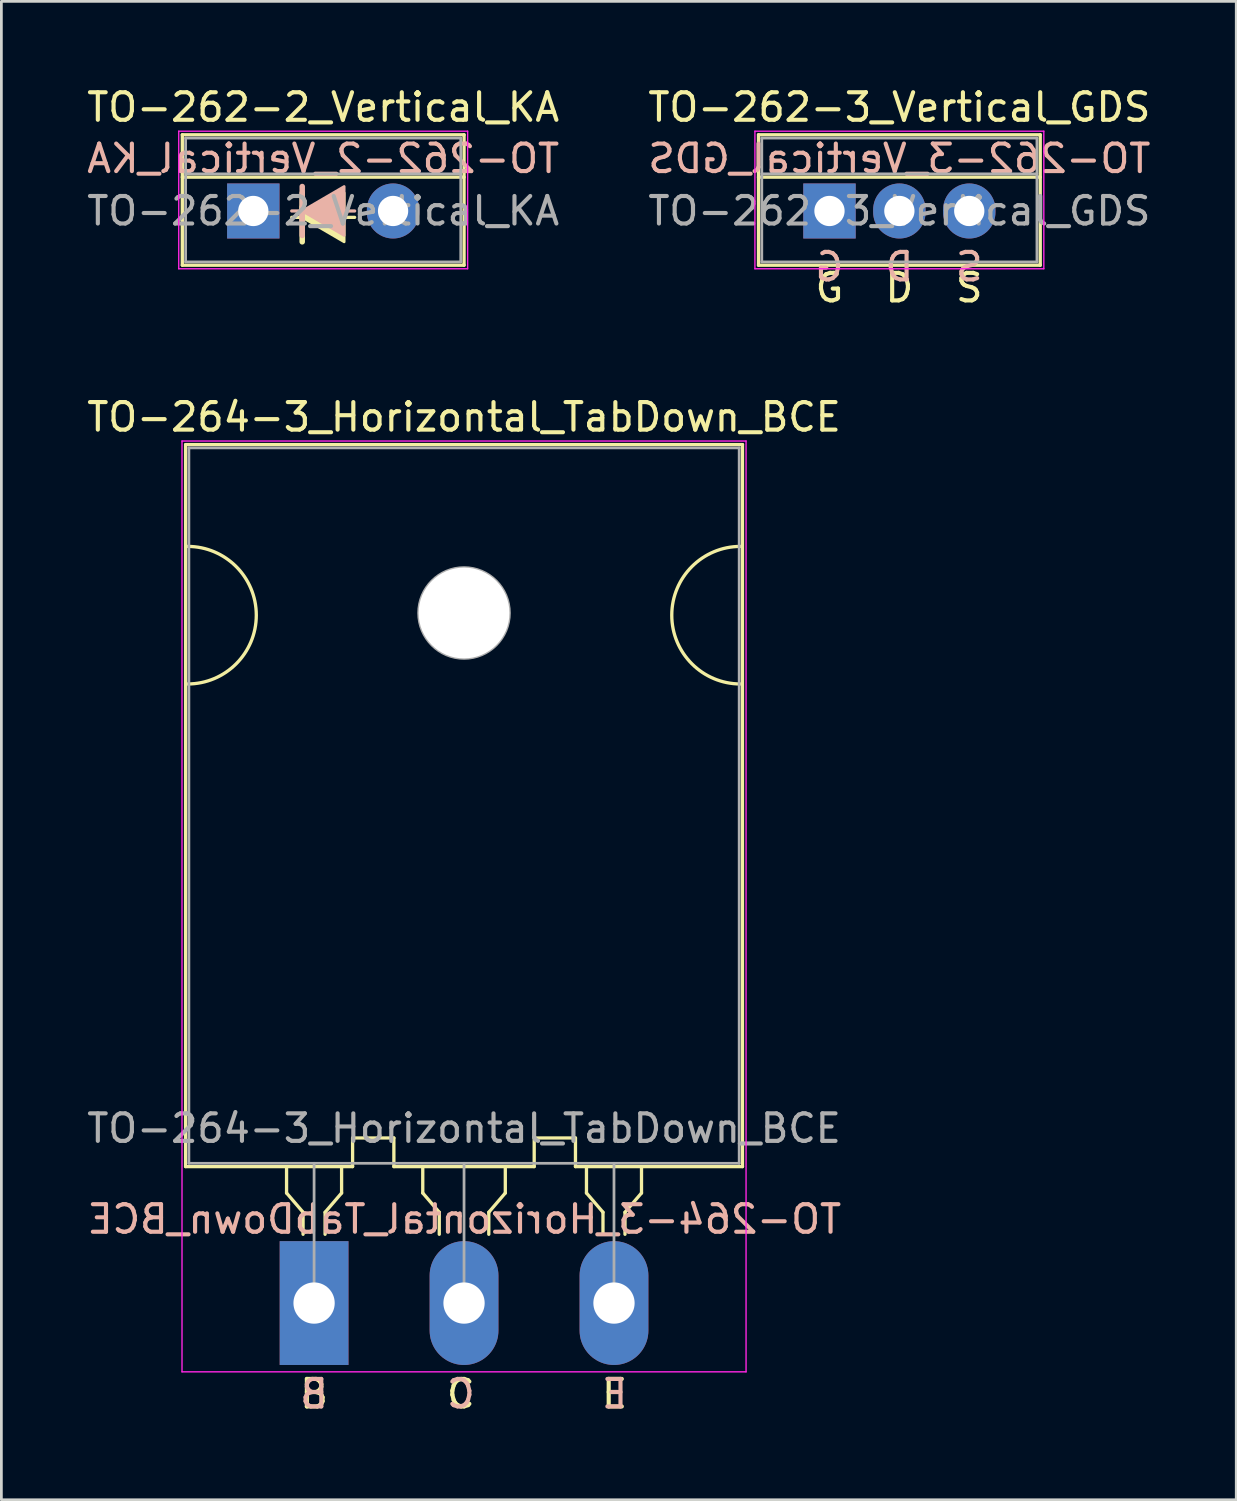
<source format=kicad_pcb>
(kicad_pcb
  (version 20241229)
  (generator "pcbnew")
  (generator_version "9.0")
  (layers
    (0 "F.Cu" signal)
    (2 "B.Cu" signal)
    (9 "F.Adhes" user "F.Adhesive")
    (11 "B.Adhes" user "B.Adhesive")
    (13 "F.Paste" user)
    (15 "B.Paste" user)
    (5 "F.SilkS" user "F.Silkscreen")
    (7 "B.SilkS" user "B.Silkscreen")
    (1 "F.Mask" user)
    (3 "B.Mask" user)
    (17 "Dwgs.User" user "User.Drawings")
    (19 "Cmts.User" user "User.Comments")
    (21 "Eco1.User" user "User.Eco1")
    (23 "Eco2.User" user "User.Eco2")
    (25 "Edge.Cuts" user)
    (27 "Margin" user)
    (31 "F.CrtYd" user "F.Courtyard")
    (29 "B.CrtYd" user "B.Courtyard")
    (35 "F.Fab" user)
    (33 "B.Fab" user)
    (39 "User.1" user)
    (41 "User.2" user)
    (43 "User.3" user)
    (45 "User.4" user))
  (footprint "TO-262-2_Vertical_KA"
    (layer "F.Cu")
    (at 6.156 4.618)
    (property "Reference" "TO-262-2_Vertical_KA" (at 2.54 -3.77 0) (layer "F.SilkS") (effects (font (size 1 1) (thickness 0.15))))
    (fp_line (start -2.58 -2.77) (end -2.58 1.971) (stroke (width 0.12) (type solid)) (layer "F.SilkS"))
    (fp_line (start -2.58 -2.77) (end 7.66 -2.77) (stroke (width 0.12) (type solid)) (layer "F.SilkS"))
    (fp_line (start -2.58 -1.23) (end 7.66 -1.23) (stroke (width 0.12) (type solid)) (layer "F.SilkS"))
    (fp_line (start -2.58 1.971) (end 7.66 1.971) (stroke (width 0.12) (type solid)) (layer "F.SilkS"))
    (fp_line (start 1.397 0.232) (end 1.778 0.232) (stroke (width 0.12) (type solid)) (layer "F.SilkS"))
    (fp_line (start 1.778 -0.657) (end 1.778 0.232) (stroke (width 0.2) (type solid)) (layer "F.SilkS"))
    (fp_line (start 1.778 -0.149) (end 1.778 1.121) (stroke (width 0.2) (type solid)) (layer "F.SilkS"))
    (fp_line (start 3.683 0.232) (end 3.302 0.232) (stroke (width 0.12) (type solid)) (layer "F.SilkS"))
    (fp_line (start 7.66 -2.77) (end 7.66 1.971) (stroke (width 0.12) (type solid)) (layer "F.SilkS"))
    (fp_poly (pts (xy 3.302 1.121) (xy 1.778 0.232) (xy 3.302 -0.657)) (stroke (width 0.1) (type solid)) (fill yes) (layer "F.SilkS"))
    (fp_line (start 1.397 0) (end 1.778 0) (stroke (width 0.12) (type solid)) (layer "B.SilkS"))
    (fp_line (start 1.778 0.381) (end 1.778 -0.889) (stroke (width 0.2) (type solid)) (layer "B.SilkS"))
    (fp_line (start 1.778 0.889) (end 1.778 0) (stroke (width 0.2) (type solid)) (layer "B.SilkS"))
    (fp_line (start 3.683 0) (end 3.302 0) (stroke (width 0.12) (type solid)) (layer "B.SilkS"))
    (fp_poly (pts (xy 3.302 -0.889) (xy 1.778 0) (xy 3.302 0.889)) (stroke (width 0.1) (type solid)) (fill yes) (layer "B.SilkS"))
    (fp_line (start -2.71 -2.9) (end -2.71 2.1) (stroke (width 0.05) (type solid)) (layer "F.CrtYd"))
    (fp_line (start -2.71 2.1) (end 7.79 2.1) (stroke (width 0.05) (type solid)) (layer "F.CrtYd"))
    (fp_line (start 7.79 -2.9) (end -2.71 -2.9) (stroke (width 0.05) (type solid)) (layer "F.CrtYd"))
    (fp_line (start 7.79 2.1) (end 7.79 -2.9) (stroke (width 0.05) (type solid)) (layer "F.CrtYd"))
    (fp_line (start -2.46 -2.65) (end -2.46 1.85) (stroke (width 0.1) (type solid)) (layer "F.Fab"))
    (fp_line (start -2.46 -1.35) (end 7.54 -1.35) (stroke (width 0.1) (type solid)) (layer "F.Fab"))
    (fp_line (start -2.46 1.85) (end 7.54 1.85) (stroke (width 0.1) (type solid)) (layer "F.Fab"))
    (fp_line (start 7.54 -2.65) (end -2.46 -2.65) (stroke (width 0.1) (type solid)) (layer "F.Fab"))
    (fp_line (start 7.54 1.85) (end 7.54 -2.65) (stroke (width 0.1) (type solid)) (layer "F.Fab"))
    (fp_text user "${REFERENCE}" (at 2.54 -1.905 0) (layer "B.SilkS") (effects (font (size 1 1) (thickness 0.15)) (justify mirror)))
    (fp_text user "${REFERENCE}" (at 2.54 0 0) (layer "F.Fab") (effects (font (size 1 1) (thickness 0.15))))
    (pad "1" thru_hole rect (at 0 0) (size 1.905 2) (drill 1.1) (layers "*.Cu" "*.Mask"))
    (pad "3" thru_hole oval (at 5.08 0) (size 1.905 2) (drill 1.1) (layers "*.Cu" "*.Mask")))
  (footprint "TO-264-3_Horizontal_TabDown_BCE"
    (layer "F.Cu")
    (at 8.365 44.309)
    (property "Reference" "TO-264-3_Horizontal_TabDown_BCE" (at 5.45 -32.2 0) (layer "F.SilkS") (effects (font (size 1 1) (thickness 0.15))))
    (fp_line (start -4.67 -31.2) (end -4.67 -4.96) (stroke (width 0.12) (type solid)) (layer "F.SilkS"))
    (fp_line (start -4.67 -31.2) (end 15.57 -31.2) (stroke (width 0.12) (type solid)) (layer "F.SilkS"))
    (fp_line (start -4.67 -4.96) (end 1.4 -4.96) (stroke (width 0.12) (type solid)) (layer "F.SilkS"))
    (fp_line (start -1 -4.9) (end -1 -4) (stroke (width 0.12) (type solid)) (layer "F.SilkS"))
    (fp_line (start -1 -4) (end -0.4 -3.3) (stroke (width 0.12) (type solid)) (layer "F.SilkS"))
    (fp_line (start -0.4 -3.3) (end -0.4 -2.5) (stroke (width 0.12) (type solid)) (layer "F.SilkS"))
    (fp_line (start 0.4 -3.3) (end 1 -4) (stroke (width 0.12) (type solid)) (layer "F.SilkS"))
    (fp_line (start 0.4 -2.5) (end 0.4 -3.3) (stroke (width 0.12) (type solid)) (layer "F.SilkS"))
    (fp_line (start 1 -4) (end 1 -4.9) (stroke (width 0.12) (type solid)) (layer "F.SilkS"))
    (fp_line (start 1.4 -6) (end 2.9 -6) (stroke (width 0.12) (type solid)) (layer "F.SilkS"))
    (fp_line (start 1.4 -4.96) (end 1.4 -6) (stroke (width 0.12) (type solid)) (layer "F.SilkS"))
    (fp_line (start 2.9 -6) (end 2.9 -4.96) (stroke (width 0.12) (type solid)) (layer "F.SilkS"))
    (fp_line (start 2.9 -4.96) (end 8 -4.96) (stroke (width 0.12) (type solid)) (layer "F.SilkS"))
    (fp_line (start 3.95 -4.9) (end 3.95 -4) (stroke (width 0.12) (type solid)) (layer "F.SilkS"))
    (fp_line (start 3.95 -4) (end 4.55 -3.3) (stroke (width 0.12) (type solid)) (layer "F.SilkS"))
    (fp_line (start 4.55 -3.3) (end 4.55 -2.5) (stroke (width 0.12) (type solid)) (layer "F.SilkS"))
    (fp_line (start 6.35 -3.3) (end 6.95 -4) (stroke (width 0.12) (type solid)) (layer "F.SilkS"))
    (fp_line (start 6.35 -2.5) (end 6.35 -3.3) (stroke (width 0.12) (type solid)) (layer "F.SilkS"))
    (fp_line (start 6.95 -4) (end 6.95 -4.9) (stroke (width 0.12) (type solid)) (layer "F.SilkS"))
    (fp_line (start 8 -6) (end 8 -4.96) (stroke (width 0.12) (type solid)) (layer "F.SilkS"))
    (fp_line (start 9.5 -6) (end 8 -6) (stroke (width 0.12) (type solid)) (layer "F.SilkS"))
    (fp_line (start 9.5 -4.96) (end 9.5 -6) (stroke (width 0.12) (type solid)) (layer "F.SilkS"))
    (fp_line (start 9.5 -4.96) (end 15.57 -4.96) (stroke (width 0.12) (type solid)) (layer "F.SilkS"))
    (fp_line (start 9.9 -4.9) (end 9.9 -4) (stroke (width 0.12) (type solid)) (layer "F.SilkS"))
    (fp_line (start 9.9 -4) (end 10.5 -3.3) (stroke (width 0.12) (type solid)) (layer "F.SilkS"))
    (fp_line (start 10.5 -3.3) (end 10.5 -2.5) (stroke (width 0.12) (type solid)) (layer "F.SilkS"))
    (fp_line (start 11.3 -3.3) (end 11.9 -4) (stroke (width 0.12) (type solid)) (layer "F.SilkS"))
    (fp_line (start 11.3 -2.5) (end 11.3 -3.3) (stroke (width 0.12) (type solid)) (layer "F.SilkS"))
    (fp_line (start 11.9 -4) (end 11.9 -4.9) (stroke (width 0.12) (type solid)) (layer "F.SilkS"))
    (fp_line (start 15.57 -31.2) (end 15.57 -4.96) (stroke (width 0.12) (type solid)) (layer "F.SilkS"))
    (fp_arc (start -4.6 -27.5) (mid -2.1 -25) (end -4.6 -22.5) (stroke (width 0.12) (type solid)) (layer "F.SilkS"))
    (fp_arc (start 15.5 -22.5) (mid 13 -25) (end 15.5 -27.5) (stroke (width 0.12) (type solid)) (layer "F.SilkS"))
    (fp_line (start -4.8 -31.33) (end -4.8 2.5) (stroke (width 0.05) (type solid)) (layer "F.CrtYd"))
    (fp_line (start -4.8 2.5) (end 15.7 2.5) (stroke (width 0.05) (type solid)) (layer "F.CrtYd"))
    (fp_line (start 15.7 -31.33) (end -4.8 -31.33) (stroke (width 0.05) (type solid)) (layer "F.CrtYd"))
    (fp_line (start 15.7 2.5) (end 15.7 -31.33) (stroke (width 0.05) (type solid)) (layer "F.CrtYd"))
    (fp_line (start -4.55 -31.08) (end 15.45 -31.08) (stroke (width 0.1) (type solid)) (layer "F.Fab"))
    (fp_line (start -4.55 -5.08) (end -4.55 -31.08) (stroke (width 0.1) (type solid)) (layer "F.Fab"))
    (fp_line (start 0 -5.08) (end 0 0) (stroke (width 0.1) (type solid)) (layer "F.Fab"))
    (fp_line (start 5.45 -5.08) (end 5.45 0) (stroke (width 0.1) (type solid)) (layer "F.Fab"))
    (fp_line (start 10.9 -5.08) (end 10.9 0) (stroke (width 0.1) (type solid)) (layer "F.Fab"))
    (fp_line (start 15.45 -31.08) (end 15.45 -5.08) (stroke (width 0.1) (type solid)) (layer "F.Fab"))
    (fp_line (start 15.45 -5.08) (end -4.55 -5.08) (stroke (width 0.1) (type solid)) (layer "F.Fab"))
    (fp_circle (center 5.45 -25.08) (end 7.1 -25.08) (stroke (width 0.1) (type solid)) (fill no) (layer "F.Fab"))
    (fp_text user "B" (at 0 3.302 0) (unlocked yes) (layer "F.SilkS") (effects (font (size 1 1) (thickness 0.15))))
    (fp_text user "C" (at 5.334 3.302 0) (unlocked yes) (layer "F.SilkS") (effects (font (size 1 1) (thickness 0.15))))
    (fp_text user "E" (at 10.922 3.302 0) (unlocked yes) (layer "F.SilkS") (effects (font (size 1 1) (thickness 0.15))))
    (fp_text user "B" (at 0 3.302 0) (unlocked yes) (layer "B.SilkS") (effects (font (size 1 1) (thickness 0.15)) (justify mirror)))
    (fp_text user "C" (at 5.334 3.302 0) (unlocked yes) (layer "B.SilkS") (effects (font (size 1 1) (thickness 0.15)) (justify mirror)))
    (fp_text user "E" (at 10.922 3.302 0) (unlocked yes) (layer "B.SilkS") (effects (font (size 1 1) (thickness 0.15)) (justify mirror)))
    (fp_text user "${REFERENCE}" (at 5.461 -3.048 0) (layer "B.SilkS") (effects (font (size 1 1) (thickness 0.15)) (justify mirror)))
    (fp_text user "${REFERENCE}" (at 5.45 -6.35 0) (layer "F.Fab") (effects (font (size 1 1) (thickness 0.15))))
    (pad "" np_thru_hole oval (at 5.45 -25.08) (size 3.3 3.3) (drill 3.3) (layers "*.Cu" "*.Mask"))
    (pad "1" thru_hole rect (at 0 0) (size 2.5 4.5) (drill 1.5) (layers "*.Cu" "*.Mask"))
    (pad "2" thru_hole oval (at 5.45 0) (size 2.5 4.5) (drill 1.5) (layers "*.Cu" "*.Mask"))
    (pad "3" thru_hole oval (at 10.9 0) (size 2.5 4.5) (drill 1.5) (layers "*.Cu" "*.Mask")))
  (footprint "TO-262-3_Vertical_GDS"
    (layer "F.Cu")
    (at 27.097 4.618)
    (property "Reference" "TO-262-3_Vertical_GDS" (at 2.54 -3.77 0) (layer "F.SilkS") (effects (font (size 1 1) (thickness 0.15))))
    (fp_line (start -2.58 -2.77) (end -2.58 1.971) (stroke (width 0.12) (type solid)) (layer "F.SilkS"))
    (fp_line (start -2.58 -2.77) (end 7.66 -2.77) (stroke (width 0.12) (type solid)) (layer "F.SilkS"))
    (fp_line (start -2.58 -1.23) (end 7.66 -1.23) (stroke (width 0.12) (type solid)) (layer "F.SilkS"))
    (fp_line (start -2.58 1.971) (end 7.66 1.971) (stroke (width 0.12) (type solid)) (layer "F.SilkS"))
    (fp_line (start 7.66 -2.77) (end 7.66 1.971) (stroke (width 0.12) (type solid)) (layer "F.SilkS"))
    (fp_line (start -2.71 -2.9) (end -2.71 2.1) (stroke (width 0.05) (type solid)) (layer "F.CrtYd"))
    (fp_line (start -2.71 2.1) (end 7.79 2.1) (stroke (width 0.05) (type solid)) (layer "F.CrtYd"))
    (fp_line (start 7.79 -2.9) (end -2.71 -2.9) (stroke (width 0.05) (type solid)) (layer "F.CrtYd"))
    (fp_line (start 7.79 2.1) (end 7.79 -2.9) (stroke (width 0.05) (type solid)) (layer "F.CrtYd"))
    (fp_line (start -2.46 -2.65) (end -2.46 1.85) (stroke (width 0.1) (type solid)) (layer "F.Fab"))
    (fp_line (start -2.46 -1.35) (end 7.54 -1.35) (stroke (width 0.1) (type solid)) (layer "F.Fab"))
    (fp_line (start -2.46 1.85) (end 7.54 1.85) (stroke (width 0.1) (type solid)) (layer "F.Fab"))
    (fp_line (start 7.54 -2.65) (end -2.46 -2.65) (stroke (width 0.1) (type solid)) (layer "F.Fab"))
    (fp_line (start 7.54 1.85) (end 7.54 -2.65) (stroke (width 0.1) (type solid)) (layer "F.Fab"))
    (fp_text user "S" (at 5.08 2.794 0) (unlocked yes) (layer "F.SilkS") (effects (font (size 1 1) (thickness 0.15))))
    (fp_text user "D" (at 2.54 2.794 0) (unlocked yes) (layer "F.SilkS") (effects (font (size 1 1) (thickness 0.15))))
    (fp_text user "G" (at 0 2.794 0) (unlocked yes) (layer "F.SilkS") (effects (font (size 1 1) (thickness 0.15))))
    (fp_text user "G" (at 0 2.032 0) (unlocked yes) (layer "B.SilkS") (effects (font (size 1 1) (thickness 0.15)) (justify mirror)))
    (fp_text user "S" (at 5.08 2.032 0) (unlocked yes) (layer "B.SilkS") (effects (font (size 1 1) (thickness 0.15)) (justify mirror)))
    (fp_text user "D" (at 2.54 2.032 0) (unlocked yes) (layer "B.SilkS") (effects (font (size 1 1) (thickness 0.15)) (justify mirror)))
    (fp_text user "${REFERENCE}" (at 2.54 -1.905 0) (layer "B.SilkS") (effects (font (size 1 1) (thickness 0.15)) (justify mirror)))
    (fp_text user "${REFERENCE}" (at 2.54 0 0) (layer "F.Fab") (effects (font (size 1 1) (thickness 0.15))))
    (pad "1" thru_hole rect (at 0 0) (size 1.905 2) (drill 1.1) (layers "*.Cu" "*.Mask"))
    (pad "2" thru_hole oval (at 2.54 0) (size 1.905 2) (drill 1.1) (layers "*.Cu" "*.Mask"))
    (pad "3" thru_hole oval (at 5.08 0) (size 1.905 2) (drill 1.1) (layers "*.Cu" "*.Mask")))
  (gr_rect
    (start -3 -3)
    (end 41.881 51.459)
    (stroke (width 0.1) (type default))
    (fill no)
    (layer "Edge.Cuts")))
</source>
